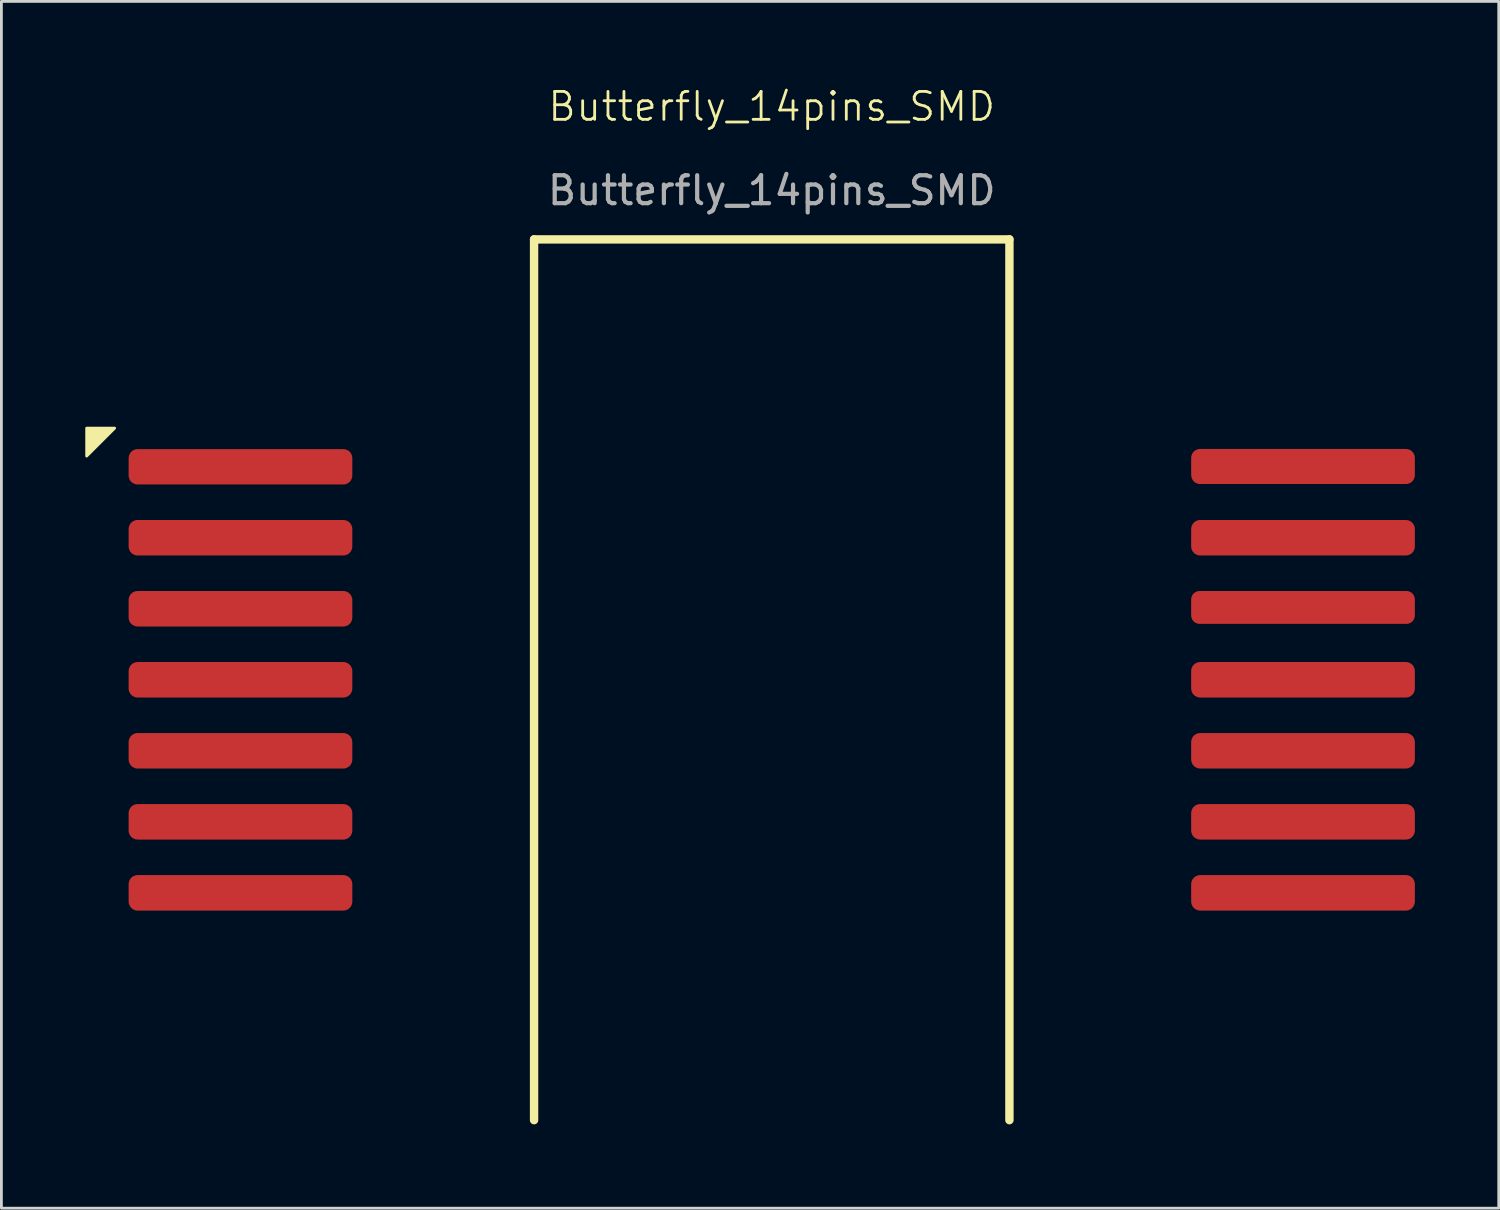
<source format=kicad_pcb>
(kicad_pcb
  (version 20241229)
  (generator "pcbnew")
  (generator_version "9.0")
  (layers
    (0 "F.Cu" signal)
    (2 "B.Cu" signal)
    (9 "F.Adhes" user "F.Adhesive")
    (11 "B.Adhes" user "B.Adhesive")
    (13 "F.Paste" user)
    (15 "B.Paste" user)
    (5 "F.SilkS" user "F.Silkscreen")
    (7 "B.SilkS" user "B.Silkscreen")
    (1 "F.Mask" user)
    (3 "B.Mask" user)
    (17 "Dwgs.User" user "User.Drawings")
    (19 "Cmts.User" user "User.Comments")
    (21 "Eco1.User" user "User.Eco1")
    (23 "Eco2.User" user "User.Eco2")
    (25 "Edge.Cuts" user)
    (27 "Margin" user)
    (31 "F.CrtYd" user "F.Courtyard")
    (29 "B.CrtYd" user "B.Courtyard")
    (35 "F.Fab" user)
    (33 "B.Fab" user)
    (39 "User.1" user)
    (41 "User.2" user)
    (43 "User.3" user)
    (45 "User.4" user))
  (footprint "Butterfly_14pins_SMD"
    (layer "F.Cu")
    (at 24.55 21.261)
    (property "Reference" "Butterfly_14pins_SMD" (at 0 -20.5 0) (unlocked yes) (layer "F.SilkS") (effects (font (size 1 1) (thickness 0.1))))
    (attr smd)
    (fp_line (start -8.5 -15.75) (end -8.5 15.75) (stroke (width 0.3) (type default)) (layer "F.SilkS"))
    (fp_line (start -8.5 -15.75) (end 8.5 -15.75) (stroke (width 0.3) (type default)) (layer "F.SilkS"))
    (fp_line (start 8.5 15.75) (end 8.5 -15.75) (stroke (width 0.3) (type default)) (layer "F.SilkS"))
    (fp_poly (pts (xy -23.5 -9) (xy -24.5 -8) (xy -24.5 -9)) (stroke (width 0.1) (type solid)) (fill yes) (layer "F.SilkS"))
    (fp_text user "${REFERENCE}" (at 0 -17.5 0) (unlocked yes) (layer "F.Fab") (effects (font (size 1 1) (thickness 0.15))))
    (pad "1" smd roundrect (at -19 -7.617) (size 8 1.265) (layers "F.Cu" "F.Mask" "F.Paste") (roundrect_rratio 0.25))
    (pad "2" smd roundrect (at -19 -5.08) (size 8 1.27) (layers "F.Cu" "F.Mask" "F.Paste") (roundrect_rratio 0.25))
    (pad "3" smd roundrect (at -19 -2.54) (size 8 1.27) (layers "F.Cu" "F.Mask" "F.Paste") (roundrect_rratio 0.25))
    (pad "4" smd roundrect (at -19 0) (size 8 1.27) (layers "F.Cu" "F.Mask" "F.Paste") (roundrect_rratio 0.25))
    (pad "5" smd roundrect (at -19 2.54) (size 8 1.27) (layers "F.Cu" "F.Mask" "F.Paste") (roundrect_rratio 0.25))
    (pad "6" smd roundrect (at -19 5.08) (size 8 1.27) (layers "F.Cu" "F.Mask" "F.Paste") (roundrect_rratio 0.25))
    (pad "7" smd roundrect (at -19 7.62) (size 8 1.27) (layers "F.Cu" "F.Mask" "F.Paste") (roundrect_rratio 0.25))
    (pad "8" smd roundrect (at 19 7.62) (size 8 1.27) (layers "F.Cu" "F.Mask" "F.Paste") (roundrect_rratio 0.25))
    (pad "9" smd roundrect (at 19 5.08) (size 8 1.27) (layers "F.Cu" "F.Mask" "F.Paste") (roundrect_rratio 0.25))
    (pad "10" smd roundrect (at 19 2.54) (size 8 1.27) (layers "F.Cu" "F.Mask" "F.Paste") (roundrect_rratio 0.25))
    (pad "11" smd roundrect (at 19 0) (size 8 1.27) (layers "F.Cu" "F.Mask" "F.Paste") (roundrect_rratio 0.25))
    (pad "12" smd roundrect (at 19 -2.587) (size 8 1.175) (layers "F.Cu" "F.Mask" "F.Paste") (roundrect_rratio 0.25))
    (pad "13" smd roundrect (at 19 -5.08) (size 8 1.27) (layers "F.Cu" "F.Mask" "F.Paste") (roundrect_rratio 0.25))
    (pad "14" smd roundrect (at 19 -7.628) (size 8 1.255) (layers "F.Cu" "F.Mask" "F.Paste") (roundrect_rratio 0.25)))
  (gr_rect
    (start -3 -3)
    (end 50.55 40.16)
    (stroke (width 0.1) (type default))
    (fill no)
    (layer "Edge.Cuts")))
</source>
